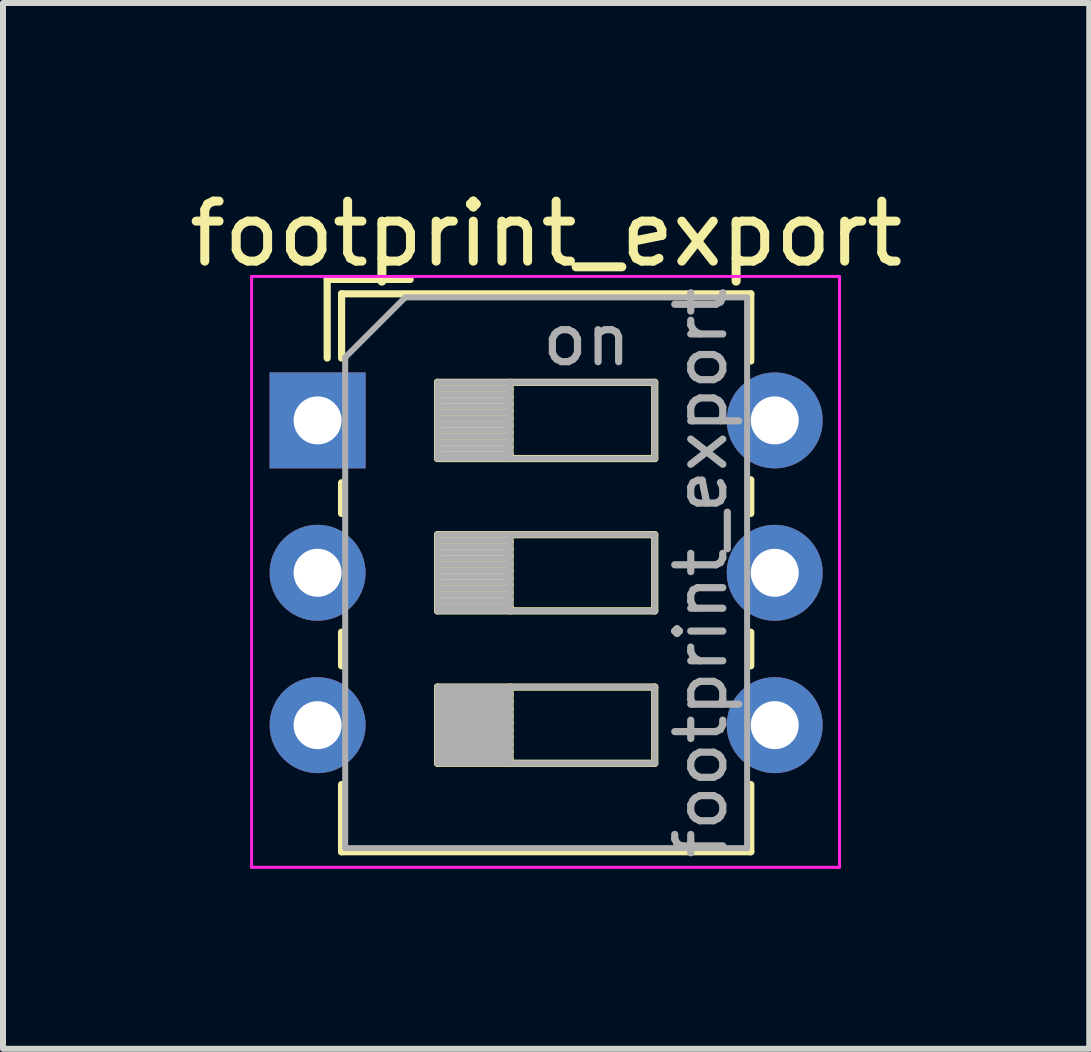
<source format=kicad_pcb>
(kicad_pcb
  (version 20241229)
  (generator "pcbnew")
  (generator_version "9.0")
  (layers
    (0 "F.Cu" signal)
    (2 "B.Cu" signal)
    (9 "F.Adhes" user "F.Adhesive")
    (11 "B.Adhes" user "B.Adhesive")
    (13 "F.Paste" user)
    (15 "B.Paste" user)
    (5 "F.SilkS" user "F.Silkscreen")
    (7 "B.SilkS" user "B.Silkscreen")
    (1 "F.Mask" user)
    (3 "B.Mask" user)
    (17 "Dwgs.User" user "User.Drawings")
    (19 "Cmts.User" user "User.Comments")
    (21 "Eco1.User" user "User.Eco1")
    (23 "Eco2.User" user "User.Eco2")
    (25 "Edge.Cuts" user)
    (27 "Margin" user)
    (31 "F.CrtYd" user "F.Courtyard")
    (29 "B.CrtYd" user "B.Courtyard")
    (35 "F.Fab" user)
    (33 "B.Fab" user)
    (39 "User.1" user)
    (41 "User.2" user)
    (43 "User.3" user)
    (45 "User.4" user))
  (footprint "footprint_export"
    (layer "F.Cu")
    (at 2.244 3.958)
    (property "Reference" "footprint_export" (at 3.81 -3.11 0) (layer "F.SilkS") (effects (font (size 1 1) (thickness 0.15))))
    (attr through_hole)
    (fp_line (start 0.16 -2.35) (end 0.16 -1.04) (stroke (width 0.12) (type solid)) (layer "F.SilkS"))
    (fp_line (start 0.16 -2.35) (end 1.543 -2.35) (stroke (width 0.12) (type solid)) (layer "F.SilkS"))
    (fp_line (start 0.4 -2.11) (end 0.4 -1.04) (stroke (width 0.12) (type solid)) (layer "F.SilkS"))
    (fp_line (start 0.4 -2.11) (end 7.221 -2.11) (stroke (width 0.12) (type solid)) (layer "F.SilkS"))
    (fp_line (start 0.4 1.04) (end 0.4 1.551) (stroke (width 0.12) (type solid)) (layer "F.SilkS"))
    (fp_line (start 0.4 3.53) (end 0.4 4.091) (stroke (width 0.12) (type solid)) (layer "F.SilkS"))
    (fp_line (start 0.4 6.07) (end 0.4 7.19) (stroke (width 0.12) (type solid)) (layer "F.SilkS"))
    (fp_line (start 0.4 7.19) (end 7.221 7.19) (stroke (width 0.12) (type solid)) (layer "F.SilkS"))
    (fp_line (start 2 -0.635) (end 2 0.635) (stroke (width 0.12) (type solid)) (layer "F.SilkS"))
    (fp_line (start 2 -0.515) (end 3.207 -0.515) (stroke (width 0.12) (type solid)) (layer "F.SilkS"))
    (fp_line (start 2 -0.395) (end 3.207 -0.395) (stroke (width 0.12) (type solid)) (layer "F.SilkS"))
    (fp_line (start 2 -0.275) (end 3.207 -0.275) (stroke (width 0.12) (type solid)) (layer "F.SilkS"))
    (fp_line (start 2 -0.155) (end 3.207 -0.155) (stroke (width 0.12) (type solid)) (layer "F.SilkS"))
    (fp_line (start 2 -0.035) (end 3.207 -0.035) (stroke (width 0.12) (type solid)) (layer "F.SilkS"))
    (fp_line (start 2 0.085) (end 3.207 0.085) (stroke (width 0.12) (type solid)) (layer "F.SilkS"))
    (fp_line (start 2 0.205) (end 3.207 0.205) (stroke (width 0.12) (type solid)) (layer "F.SilkS"))
    (fp_line (start 2 0.325) (end 3.207 0.325) (stroke (width 0.12) (type solid)) (layer "F.SilkS"))
    (fp_line (start 2 0.445) (end 3.207 0.445) (stroke (width 0.12) (type solid)) (layer "F.SilkS"))
    (fp_line (start 2 0.565) (end 3.207 0.565) (stroke (width 0.12) (type solid)) (layer "F.SilkS"))
    (fp_line (start 2 0.635) (end 5.62 0.635) (stroke (width 0.12) (type solid)) (layer "F.SilkS"))
    (fp_line (start 2 1.905) (end 2 3.175) (stroke (width 0.12) (type solid)) (layer "F.SilkS"))
    (fp_line (start 2 2.025) (end 3.207 2.025) (stroke (width 0.12) (type solid)) (layer "F.SilkS"))
    (fp_line (start 2 2.145) (end 3.207 2.145) (stroke (width 0.12) (type solid)) (layer "F.SilkS"))
    (fp_line (start 2 2.265) (end 3.207 2.265) (stroke (width 0.12) (type solid)) (layer "F.SilkS"))
    (fp_line (start 2 2.385) (end 3.207 2.385) (stroke (width 0.12) (type solid)) (layer "F.SilkS"))
    (fp_line (start 2 2.505) (end 3.207 2.505) (stroke (width 0.12) (type solid)) (layer "F.SilkS"))
    (fp_line (start 2 2.625) (end 3.207 2.625) (stroke (width 0.12) (type solid)) (layer "F.SilkS"))
    (fp_line (start 2 2.745) (end 3.207 2.745) (stroke (width 0.12) (type solid)) (layer "F.SilkS"))
    (fp_line (start 2 2.865) (end 3.207 2.865) (stroke (width 0.12) (type solid)) (layer "F.SilkS"))
    (fp_line (start 2 2.985) (end 3.207 2.985) (stroke (width 0.12) (type solid)) (layer "F.SilkS"))
    (fp_line (start 2 3.105) (end 3.207 3.105) (stroke (width 0.12) (type solid)) (layer "F.SilkS"))
    (fp_line (start 2 3.175) (end 5.62 3.175) (stroke (width 0.12) (type solid)) (layer "F.SilkS"))
    (fp_line (start 2 4.445) (end 2 5.715) (stroke (width 0.12) (type solid)) (layer "F.SilkS"))
    (fp_line (start 2 4.565) (end 3.207 4.565) (stroke (width 0.12) (type solid)) (layer "F.SilkS"))
    (fp_line (start 2 4.685) (end 3.207 4.685) (stroke (width 0.12) (type solid)) (layer "F.SilkS"))
    (fp_line (start 2 4.805) (end 3.207 4.805) (stroke (width 0.12) (type solid)) (layer "F.SilkS"))
    (fp_line (start 2 4.925) (end 3.207 4.925) (stroke (width 0.12) (type solid)) (layer "F.SilkS"))
    (fp_line (start 2 5.045) (end 3.207 5.045) (stroke (width 0.12) (type solid)) (layer "F.SilkS"))
    (fp_line (start 2 5.165) (end 3.207 5.165) (stroke (width 0.12) (type solid)) (layer "F.SilkS"))
    (fp_line (start 2 5.285) (end 3.207 5.285) (stroke (width 0.12) (type solid)) (layer "F.SilkS"))
    (fp_line (start 2 5.405) (end 3.207 5.405) (stroke (width 0.12) (type solid)) (layer "F.SilkS"))
    (fp_line (start 2 5.525) (end 3.207 5.525) (stroke (width 0.12) (type solid)) (layer "F.SilkS"))
    (fp_line (start 2 5.645) (end 3.207 5.645) (stroke (width 0.12) (type solid)) (layer "F.SilkS"))
    (fp_line (start 2 5.715) (end 5.62 5.715) (stroke (width 0.12) (type solid)) (layer "F.SilkS"))
    (fp_line (start 3.207 -0.635) (end 3.207 0.635) (stroke (width 0.12) (type solid)) (layer "F.SilkS"))
    (fp_line (start 3.207 1.905) (end 3.207 3.175) (stroke (width 0.12) (type solid)) (layer "F.SilkS"))
    (fp_line (start 3.207 4.445) (end 3.207 5.715) (stroke (width 0.12) (type solid)) (layer "F.SilkS"))
    (fp_line (start 5.62 -0.635) (end 2 -0.635) (stroke (width 0.12) (type solid)) (layer "F.SilkS"))
    (fp_line (start 5.62 0.635) (end 5.62 -0.635) (stroke (width 0.12) (type solid)) (layer "F.SilkS"))
    (fp_line (start 5.62 1.905) (end 2 1.905) (stroke (width 0.12) (type solid)) (layer "F.SilkS"))
    (fp_line (start 5.62 3.175) (end 5.62 1.905) (stroke (width 0.12) (type solid)) (layer "F.SilkS"))
    (fp_line (start 5.62 4.445) (end 2 4.445) (stroke (width 0.12) (type solid)) (layer "F.SilkS"))
    (fp_line (start 5.62 5.715) (end 5.62 4.445) (stroke (width 0.12) (type solid)) (layer "F.SilkS"))
    (fp_line (start 7.221 -2.11) (end 7.221 -0.99) (stroke (width 0.12) (type solid)) (layer "F.SilkS"))
    (fp_line (start 7.221 0.99) (end 7.221 1.551) (stroke (width 0.12) (type solid)) (layer "F.SilkS"))
    (fp_line (start 7.221 3.53) (end 7.221 4.091) (stroke (width 0.12) (type solid)) (layer "F.SilkS"))
    (fp_line (start 7.221 6.07) (end 7.221 7.19) (stroke (width 0.12) (type solid)) (layer "F.SilkS"))
    (fp_line (start -1.1 -2.4) (end -1.1 7.45) (stroke (width 0.05) (type solid)) (layer "F.CrtYd"))
    (fp_line (start -1.1 7.45) (end 8.7 7.45) (stroke (width 0.05) (type solid)) (layer "F.CrtYd"))
    (fp_line (start 8.7 -2.4) (end -1.1 -2.4) (stroke (width 0.05) (type solid)) (layer "F.CrtYd"))
    (fp_line (start 8.7 7.45) (end 8.7 -2.4) (stroke (width 0.05) (type solid)) (layer "F.CrtYd"))
    (fp_line (start 0.46 -1.05) (end 1.46 -2.05) (stroke (width 0.1) (type solid)) (layer "F.Fab"))
    (fp_line (start 0.46 7.13) (end 0.46 -1.05) (stroke (width 0.1) (type solid)) (layer "F.Fab"))
    (fp_line (start 1.46 -2.05) (end 7.16 -2.05) (stroke (width 0.1) (type solid)) (layer "F.Fab"))
    (fp_line (start 2 -0.635) (end 2 0.635) (stroke (width 0.1) (type solid)) (layer "F.Fab"))
    (fp_line (start 2 -0.535) (end 3.207 -0.535) (stroke (width 0.1) (type solid)) (layer "F.Fab"))
    (fp_line (start 2 -0.435) (end 3.207 -0.435) (stroke (width 0.1) (type solid)) (layer "F.Fab"))
    (fp_line (start 2 -0.335) (end 3.207 -0.335) (stroke (width 0.1) (type solid)) (layer "F.Fab"))
    (fp_line (start 2 -0.235) (end 3.207 -0.235) (stroke (width 0.1) (type solid)) (layer "F.Fab"))
    (fp_line (start 2 -0.135) (end 3.207 -0.135) (stroke (width 0.1) (type solid)) (layer "F.Fab"))
    (fp_line (start 2 -0.035) (end 3.207 -0.035) (stroke (width 0.1) (type solid)) (layer "F.Fab"))
    (fp_line (start 2 0.065) (end 3.207 0.065) (stroke (width 0.1) (type solid)) (layer "F.Fab"))
    (fp_line (start 2 0.165) (end 3.207 0.165) (stroke (width 0.1) (type solid)) (layer "F.Fab"))
    (fp_line (start 2 0.265) (end 3.207 0.265) (stroke (width 0.1) (type solid)) (layer "F.Fab"))
    (fp_line (start 2 0.365) (end 3.207 0.365) (stroke (width 0.1) (type solid)) (layer "F.Fab"))
    (fp_line (start 2 0.465) (end 3.207 0.465) (stroke (width 0.1) (type solid)) (layer "F.Fab"))
    (fp_line (start 2 0.565) (end 3.207 0.565) (stroke (width 0.1) (type solid)) (layer "F.Fab"))
    (fp_line (start 2 0.635) (end 5.62 0.635) (stroke (width 0.1) (type solid)) (layer "F.Fab"))
    (fp_line (start 2 1.905) (end 2 3.175) (stroke (width 0.1) (type solid)) (layer "F.Fab"))
    (fp_line (start 2 2.005) (end 3.207 2.005) (stroke (width 0.1) (type solid)) (layer "F.Fab"))
    (fp_line (start 2 2.105) (end 3.207 2.105) (stroke (width 0.1) (type solid)) (layer "F.Fab"))
    (fp_line (start 2 2.205) (end 3.207 2.205) (stroke (width 0.1) (type solid)) (layer "F.Fab"))
    (fp_line (start 2 2.305) (end 3.207 2.305) (stroke (width 0.1) (type solid)) (layer "F.Fab"))
    (fp_line (start 2 2.405) (end 3.207 2.405) (stroke (width 0.1) (type solid)) (layer "F.Fab"))
    (fp_line (start 2 2.505) (end 3.207 2.505) (stroke (width 0.1) (type solid)) (layer "F.Fab"))
    (fp_line (start 2 2.605) (end 3.207 2.605) (stroke (width 0.1) (type solid)) (layer "F.Fab"))
    (fp_line (start 2 2.705) (end 3.207 2.705) (stroke (width 0.1) (type solid)) (layer "F.Fab"))
    (fp_line (start 2 2.805) (end 3.207 2.805) (stroke (width 0.1) (type solid)) (layer "F.Fab"))
    (fp_line (start 2 2.905) (end 3.207 2.905) (stroke (width 0.1) (type solid)) (layer "F.Fab"))
    (fp_line (start 2 3.005) (end 3.207 3.005) (stroke (width 0.1) (type solid)) (layer "F.Fab"))
    (fp_line (start 2 3.105) (end 3.207 3.105) (stroke (width 0.1) (type solid)) (layer "F.Fab"))
    (fp_line (start 2 3.175) (end 5.62 3.175) (stroke (width 0.1) (type solid)) (layer "F.Fab"))
    (fp_line (start 2 4.445) (end 2 5.715) (stroke (width 0.1) (type solid)) (layer "F.Fab"))
    (fp_line (start 2 4.545) (end 3.207 4.545) (stroke (width 0.1) (type solid)) (layer "F.Fab"))
    (fp_line (start 2 4.645) (end 3.207 4.645) (stroke (width 0.1) (type solid)) (layer "F.Fab"))
    (fp_line (start 2 4.745) (end 3.207 4.745) (stroke (width 0.1) (type solid)) (layer "F.Fab"))
    (fp_line (start 2 4.845) (end 3.207 4.845) (stroke (width 0.1) (type solid)) (layer "F.Fab"))
    (fp_line (start 2 4.945) (end 3.207 4.945) (stroke (width 0.1) (type solid)) (layer "F.Fab"))
    (fp_line (start 2 5.045) (end 3.207 5.045) (stroke (width 0.1) (type solid)) (layer "F.Fab"))
    (fp_line (start 2 5.145) (end 3.207 5.145) (stroke (width 0.1) (type solid)) (layer "F.Fab"))
    (fp_line (start 2 5.245) (end 3.207 5.245) (stroke (width 0.1) (type solid)) (layer "F.Fab"))
    (fp_line (start 2 5.345) (end 3.207 5.345) (stroke (width 0.1) (type solid)) (layer "F.Fab"))
    (fp_line (start 2 5.445) (end 3.207 5.445) (stroke (width 0.1) (type solid)) (layer "F.Fab"))
    (fp_line (start 2 5.545) (end 3.207 5.545) (stroke (width 0.1) (type solid)) (layer "F.Fab"))
    (fp_line (start 2 5.645) (end 3.207 5.645) (stroke (width 0.1) (type solid)) (layer "F.Fab"))
    (fp_line (start 2 5.715) (end 5.62 5.715) (stroke (width 0.1) (type solid)) (layer "F.Fab"))
    (fp_line (start 3.207 -0.635) (end 3.207 0.635) (stroke (width 0.1) (type solid)) (layer "F.Fab"))
    (fp_line (start 3.207 1.905) (end 3.207 3.175) (stroke (width 0.1) (type solid)) (layer "F.Fab"))
    (fp_line (start 3.207 4.445) (end 3.207 5.715) (stroke (width 0.1) (type solid)) (layer "F.Fab"))
    (fp_line (start 5.62 -0.635) (end 2 -0.635) (stroke (width 0.1) (type solid)) (layer "F.Fab"))
    (fp_line (start 5.62 0.635) (end 5.62 -0.635) (stroke (width 0.1) (type solid)) (layer "F.Fab"))
    (fp_line (start 5.62 1.905) (end 2 1.905) (stroke (width 0.1) (type solid)) (layer "F.Fab"))
    (fp_line (start 5.62 3.175) (end 5.62 1.905) (stroke (width 0.1) (type solid)) (layer "F.Fab"))
    (fp_line (start 5.62 4.445) (end 2 4.445) (stroke (width 0.1) (type solid)) (layer "F.Fab"))
    (fp_line (start 5.62 5.715) (end 5.62 4.445) (stroke (width 0.1) (type solid)) (layer "F.Fab"))
    (fp_line (start 7.16 -2.05) (end 7.16 7.13) (stroke (width 0.1) (type solid)) (layer "F.Fab"))
    (fp_line (start 7.16 7.13) (end 0.46 7.13) (stroke (width 0.1) (type solid)) (layer "F.Fab"))
    (fp_text user "${REFERENCE}" (at 6.39 2.54 90) (layer "F.Fab") (effects (font (size 0.8 0.8) (thickness 0.12))))
    (fp_text user "on" (at 4.485 -1.343 0) (layer "F.Fab") (effects (font (size 0.8 0.8) (thickness 0.12))))
    (pad "1" thru_hole rect (at 0 0) (size 1.6 1.6) (drill 0.8) (layers "*.Cu" "*.Mask"))
    (pad "2" thru_hole oval (at 0 2.54) (size 1.6 1.6) (drill 0.8) (layers "*.Cu" "*.Mask"))
    (pad "3" thru_hole oval (at 0 5.08) (size 1.6 1.6) (drill 0.8) (layers "*.Cu" "*.Mask"))
    (pad "4" thru_hole oval (at 7.62 5.08) (size 1.6 1.6) (drill 0.8) (layers "*.Cu" "*.Mask"))
    (pad "5" thru_hole oval (at 7.62 2.54) (size 1.6 1.6) (drill 0.8) (layers "*.Cu" "*.Mask"))
    (pad "6" thru_hole oval (at 7.62 0) (size 1.6 1.6) (drill 0.8) (layers "*.Cu" "*.Mask")))
  (gr_rect
    (start -3 -3)
    (end 15.107 14.433)
    (stroke (width 0.1) (type default))
    (fill no)
    (layer "Edge.Cuts")))
</source>
